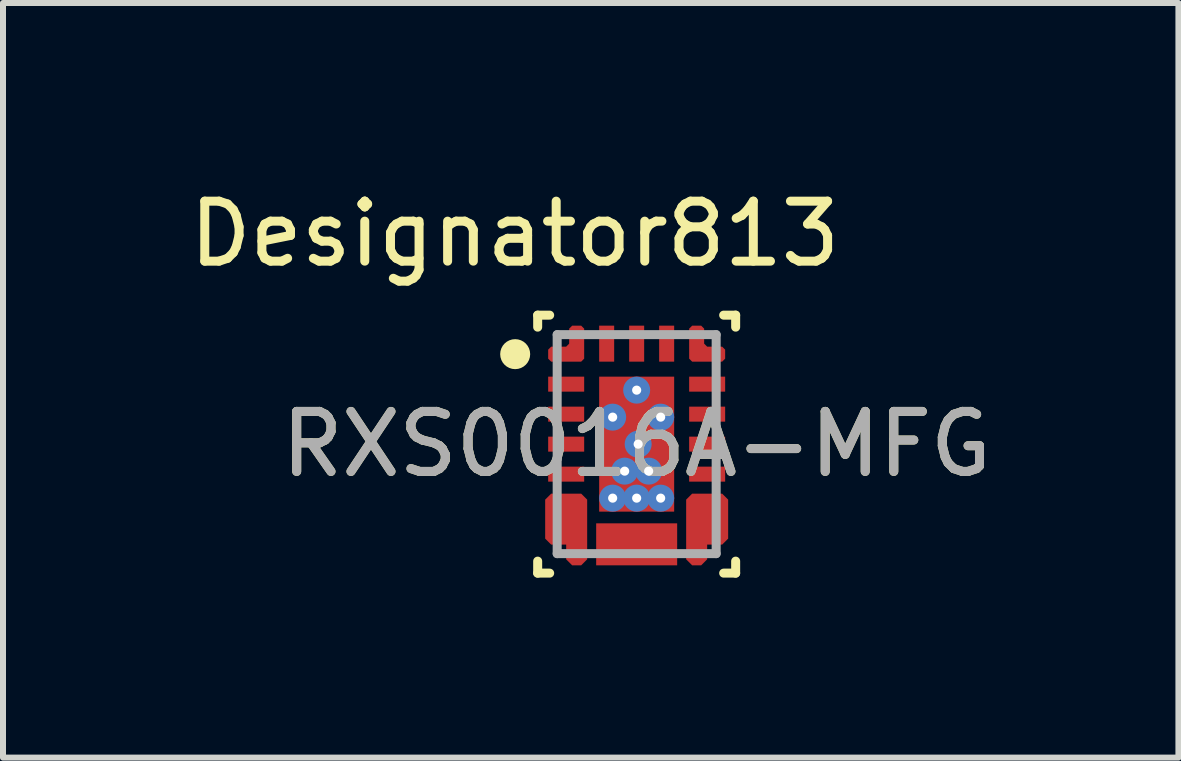
<source format=kicad_pcb>
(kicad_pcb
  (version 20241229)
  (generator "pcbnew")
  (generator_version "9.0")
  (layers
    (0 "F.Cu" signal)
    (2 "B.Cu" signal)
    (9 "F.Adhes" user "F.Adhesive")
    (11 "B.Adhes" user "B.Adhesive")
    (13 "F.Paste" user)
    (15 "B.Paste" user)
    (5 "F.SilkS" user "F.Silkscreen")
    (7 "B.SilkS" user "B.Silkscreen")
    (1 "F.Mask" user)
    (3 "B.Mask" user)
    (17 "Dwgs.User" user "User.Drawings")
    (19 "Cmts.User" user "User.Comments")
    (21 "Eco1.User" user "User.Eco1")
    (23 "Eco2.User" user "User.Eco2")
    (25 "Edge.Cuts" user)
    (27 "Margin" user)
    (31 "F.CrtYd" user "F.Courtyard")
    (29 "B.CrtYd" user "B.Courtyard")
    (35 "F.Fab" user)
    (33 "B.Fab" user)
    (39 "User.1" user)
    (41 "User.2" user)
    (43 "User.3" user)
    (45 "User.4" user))
  (footprint "RXS0016A-MFG"
    (layer "F.Cu")
    (at 7.562 4.353)
    (property "Reference" "RXS0016A-MFG" (at 0 0 0) (unlocked yes) (layer "F.SilkS") (effects (font (size 1 1) (thickness 0.15))))
    (attr smd)
    (fp_poly (pts (xy -1.175 1.92) (xy -1.075 2.02) (xy -0.925 2.02) (xy -0.825 1.92) (xy -0.825 0.925) (xy -0.925 0.825) (xy -1.425 0.825) (xy -1.525 0.925) (xy -1.525 1.575) (xy -1.425 1.675) (xy -1.175 1.675)) (stroke (width 0) (type solid)) (fill yes) (layer "F.Cu"))
    (fp_poly (pts (xy 1.175 1.92) (xy 1.075 2.02) (xy 0.925 2.02) (xy 0.825 1.92) (xy 0.825 0.925) (xy 0.925 0.825) (xy 1.425 0.825) (xy 1.525 0.925) (xy 1.525 1.575) (xy 1.425 1.675) (xy 1.175 1.675)) (stroke (width 0) (type solid)) (fill yes) (layer "F.Cu"))
    (fp_poly (pts (xy -1.125 -1.925) (xy -1.075 -1.975) (xy -0.925 -1.975) (xy -0.875 -1.925) (xy -0.875 -1.425) (xy -0.925 -1.375) (xy -1.425 -1.375) (xy -1.475 -1.425) (xy -1.475 -1.575) (xy -1.425 -1.625) (xy -1.175 -1.625) (xy -1.125 -1.675)) (stroke (width 0) (type solid)) (fill yes) (layer "F.Cu"))
    (fp_poly (pts (xy 1.125 -1.925) (xy 1.075 -1.975) (xy 0.925 -1.975) (xy 0.875 -1.925) (xy 0.875 -1.425) (xy 0.925 -1.375) (xy 1.425 -1.375) (xy 1.475 -1.425) (xy 1.475 -1.575) (xy 1.425 -1.625) (xy 1.175 -1.625) (xy 1.125 -1.675)) (stroke (width 0) (type solid)) (fill yes) (layer "F.Cu"))
    (fp_poly (pts (xy -1.525 -1.075) (xy -1.425 -1.175) (xy -0.925 -1.175) (xy -0.825 -1.075) (xy -0.825 -0.925) (xy -0.925 -0.825) (xy -1.425 -0.825) (xy -1.525 -0.925)) (stroke (width 0) (type solid)) (fill yes) (layer "F.Mask"))
    (fp_poly (pts (xy -1.525 -0.075) (xy -1.425 -0.175) (xy -0.925 -0.175) (xy -0.825 -0.075) (xy -0.825 0.075) (xy -0.925 0.175) (xy -1.425 0.175) (xy -1.525 0.075)) (stroke (width 0) (type solid)) (fill yes) (layer "F.Mask"))
    (fp_poly (pts (xy -1.425 -0.325) (xy -1.525 -0.425) (xy -1.525 -0.575) (xy -1.425 -0.675) (xy -0.925 -0.675) (xy -0.825 -0.575) (xy -0.825 -0.425) (xy -0.925 -0.325)) (stroke (width 0) (type solid)) (fill yes) (layer "F.Mask"))
    (fp_poly (pts (xy -0.825 0.425) (xy -0.825 0.575) (xy -0.925 0.675) (xy -1.425 0.675) (xy -1.525 0.575) (xy -1.525 0.425) (xy -1.425 0.325) (xy -0.925 0.325)) (stroke (width 0) (type solid)) (fill yes) (layer "F.Mask"))
    (fp_poly (pts (xy -0.675 -1.925) (xy -0.575 -2.025) (xy -0.425 -2.025) (xy -0.325 -1.925) (xy -0.325 -1.425) (xy -0.425 -1.325) (xy -0.575 -1.325) (xy -0.675 -1.425)) (stroke (width 0) (type solid)) (fill yes) (layer "F.Mask"))
    (fp_poly (pts (xy -0.575 -1.175) (xy 0.575 -1.175) (xy 0.675 -1.075) (xy 0.675 1.075) (xy 0.575 1.175) (xy -0.575 1.175) (xy -0.675 1.075) (xy -0.675 -1.075)) (stroke (width 0) (type solid)) (fill yes) (layer "F.Mask"))
    (fp_poly (pts (xy 0.175 -1.925) (xy 0.175 -1.425) (xy 0.075 -1.325) (xy -0.075 -1.325) (xy -0.175 -1.425) (xy -0.175 -1.925) (xy -0.075 -2.025) (xy 0.075 -2.025)) (stroke (width 0) (type solid)) (fill yes) (layer "F.Mask"))
    (fp_poly (pts (xy 0.675 -1.425) (xy 0.575 -1.325) (xy 0.425 -1.325) (xy 0.325 -1.425) (xy 0.325 -1.925) (xy 0.425 -2.025) (xy 0.575 -2.025) (xy 0.675 -1.925)) (stroke (width 0) (type solid)) (fill yes) (layer "F.Mask"))
    (fp_poly (pts (xy 0.925 -0.325) (xy 0.825 -0.425) (xy 0.825 -0.575) (xy 0.925 -0.675) (xy 1.425 -0.675) (xy 1.525 -0.575) (xy 1.525 -0.425) (xy 1.425 -0.325)) (stroke (width 0) (type solid)) (fill yes) (layer "F.Mask"))
    (fp_poly (pts (xy 0.925 -0.175) (xy 1.425 -0.175) (xy 1.525 -0.075) (xy 1.525 0.075) (xy 1.425 0.175) (xy 0.925 0.175) (xy 0.825 0.075) (xy 0.825 -0.075)) (stroke (width 0) (type solid)) (fill yes) (layer "F.Mask"))
    (fp_poly (pts (xy 0.925 0.675) (xy 0.825 0.575) (xy 0.825 0.425) (xy 0.925 0.325) (xy 1.425 0.325) (xy 1.525 0.425) (xy 1.525 0.575) (xy 1.425 0.675)) (stroke (width 0) (type solid)) (fill yes) (layer "F.Mask"))
    (fp_poly (pts (xy 1.525 -0.925) (xy 1.425 -0.825) (xy 0.925 -0.825) (xy 0.825 -0.925) (xy 0.825 -1.075) (xy 0.925 -1.175) (xy 1.425 -1.175) (xy 1.525 -1.075)) (stroke (width 0) (type solid)) (fill yes) (layer "F.Mask"))
    (fp_poly (pts (xy -1.175 -1.925) (xy -1.075 -2.025) (xy -0.925 -2.025) (xy -0.825 -1.925) (xy -0.825 -1.425) (xy -0.925 -1.325) (xy -1.425 -1.325) (xy -1.525 -1.425) (xy -1.525 -1.575) (xy -1.425 -1.675) (xy -1.175 -1.675)) (stroke (width 0) (type solid)) (fill yes) (layer "F.Mask"))
    (fp_poly (pts (xy 1.175 -1.925) (xy 1.075 -2.025) (xy 0.925 -2.025) (xy 0.825 -1.925) (xy 0.825 -1.425) (xy 0.925 -1.325) (xy 1.425 -1.325) (xy 1.525 -1.425) (xy 1.525 -1.575) (xy 1.425 -1.675) (xy 1.175 -1.675)) (stroke (width 0) (type solid)) (fill yes) (layer "F.Mask"))
    (fp_poly (pts (xy -1.125 1.92) (xy -1.075 1.97) (xy -0.925 1.97) (xy -0.875 1.92) (xy -0.875 0.925) (xy -0.925 0.875) (xy -1.425 0.875) (xy -1.475 0.925) (xy -1.475 1.075) (xy -1.425 1.125) (xy -1.175 1.125) (xy -1.125 1.175) (xy -1.125 1.325) (xy -1.175 1.375) (xy -1.425 1.375) (xy -1.475 1.425) (xy -1.475 1.575) (xy -1.425 1.625) (xy -1.175 1.625) (xy -1.125 1.675)) (stroke (width 0) (type solid)) (fill yes) (layer "F.Mask"))
    (fp_poly (pts (xy 1.125 1.92) (xy 1.075 1.97) (xy 0.925 1.97) (xy 0.875 1.92) (xy 0.875 0.925) (xy 0.925 0.875) (xy 1.425 0.875) (xy 1.475 0.925) (xy 1.475 1.075) (xy 1.425 1.125) (xy 1.175 1.125) (xy 1.125 1.175) (xy 1.125 1.325) (xy 1.175 1.375) (xy 1.425 1.375) (xy 1.475 1.425) (xy 1.475 1.575) (xy 1.425 1.625) (xy 1.175 1.625) (xy 1.125 1.675)) (stroke (width 0) (type solid)) (fill yes) (layer "F.Mask"))
    (fp_poly (pts (xy -0.625 1.92) (xy -0.575 1.97) (xy -0.425 1.97) (xy -0.375 1.92) (xy -0.375 1.67) (xy -0.325 1.62) (xy -0.175 1.62) (xy -0.125 1.67) (xy -0.125 1.92) (xy -0.075 1.97) (xy 0.075 1.97) (xy 0.125 1.92) (xy 0.125 1.67) (xy 0.175 1.62) (xy 0.325 1.62) (xy 0.375 1.67) (xy 0.375 1.92) (xy 0.425 1.97) (xy 0.575 1.97) (xy 0.625 1.92) (xy 0.625 1.42) (xy 0.575 1.37) (xy -0.575 1.37) (xy -0.625 1.42)) (stroke (width 0) (type solid)) (fill yes) (layer "F.Mask"))
    (fp_line (start -1.65 2.15) (end -1.65 1.95) (stroke (width 0.15) (type solid)) (layer "F.SilkS"))
    (fp_line (start -1.65 2.15) (end -1.45 2.15) (stroke (width 0.15) (type solid)) (layer "F.SilkS"))
    (fp_line (start -1.65 -2.15) (end -1.45 -2.15) (stroke (width 0.15) (type solid)) (layer "F.SilkS"))
    (fp_line (start -1.65 -1.95) (end -1.65 -2.15) (stroke (width 0.15) (type solid)) (layer "F.SilkS"))
    (fp_line (start 1.45 2.15) (end 1.65 2.15) (stroke (width 0.15) (type solid)) (layer "F.SilkS"))
    (fp_line (start 1.45 -2.15) (end 1.65 -2.15) (stroke (width 0.15) (type solid)) (layer "F.SilkS"))
    (fp_line (start 1.65 2.15) (end 1.65 1.95) (stroke (width 0.15) (type solid)) (layer "F.SilkS"))
    (fp_line (start 1.65 -1.95) (end 1.65 -2.15) (stroke (width 0.15) (type solid)) (layer "F.SilkS"))
    (fp_circle (center -2.025 -1.5) (end -1.9 -1.5) (stroke (width 0.25) (type solid)) (fill no) (layer "F.SilkS"))
    (fp_poly (pts (xy -0.585 -1.05) (xy -0.535 -1.1) (xy 0.535 -1.1) (xy 0.585 -1.05) (xy 0.585 -0.15) (xy 0.535 -0.1) (xy -0.535 -0.1) (xy -0.585 -0.15)) (stroke (width 0) (type solid)) (fill yes) (layer "F.Paste"))
    (fp_poly (pts (xy 0.585 0.15) (xy 0.585 1.05) (xy 0.535 1.1) (xy -0.535 1.1) (xy -0.585 1.05) (xy -0.585 0.15) (xy -0.535 0.1) (xy 0.535 0.1)) (stroke (width 0) (type solid)) (fill yes) (layer "F.Paste"))
    (fp_poly (pts (xy -1.125 -1.925) (xy -1.075 -1.975) (xy -0.925 -1.975) (xy -0.875 -1.925) (xy -0.875 -1.425) (xy -0.925 -1.375) (xy -1.425 -1.375) (xy -1.475 -1.425) (xy -1.475 -1.575) (xy -1.425 -1.625) (xy -1.175 -1.625) (xy -1.125 -1.675)) (stroke (width 0) (type solid)) (fill yes) (layer "F.Paste"))
    (fp_poly (pts (xy 1.125 -1.925) (xy 1.125 -1.675) (xy 1.175 -1.625) (xy 1.425 -1.625) (xy 1.475 -1.575) (xy 1.475 -1.425) (xy 1.425 -1.375) (xy 0.925 -1.375) (xy 0.875 -1.425) (xy 0.875 -1.925) (xy 0.925 -1.975) (xy 1.075 -1.975)) (stroke (width 0) (type solid)) (fill yes) (layer "F.Paste"))
    (fp_poly (pts (xy -1.125 1.92) (xy -1.075 1.97) (xy -0.925 1.97) (xy -0.875 1.92) (xy -0.875 0.925) (xy -0.925 0.875) (xy -1.425 0.875) (xy -1.475 0.925) (xy -1.475 1.075) (xy -1.425 1.125) (xy -1.175 1.125) (xy -1.125 1.175) (xy -1.125 1.325) (xy -1.175 1.375) (xy -1.425 1.375) (xy -1.475 1.425) (xy -1.475 1.575) (xy -1.425 1.625) (xy -1.175 1.625) (xy -1.125 1.675)) (stroke (width 0) (type solid)) (fill yes) (layer "F.Paste"))
    (fp_poly (pts (xy 1.125 1.92) (xy 1.075 1.97) (xy 0.925 1.97) (xy 0.875 1.92) (xy 0.875 0.925) (xy 0.925 0.875) (xy 1.425 0.875) (xy 1.475 0.925) (xy 1.475 1.075) (xy 1.425 1.125) (xy 1.175 1.125) (xy 1.125 1.175) (xy 1.125 1.325) (xy 1.175 1.375) (xy 1.425 1.375) (xy 1.475 1.425) (xy 1.475 1.575) (xy 1.425 1.625) (xy 1.175 1.625) (xy 1.125 1.675)) (stroke (width 0) (type solid)) (fill yes) (layer "F.Paste"))
    (fp_poly (pts (xy -0.625 1.92) (xy -0.575 1.97) (xy -0.425 1.97) (xy -0.375 1.92) (xy -0.375 1.67) (xy -0.325 1.62) (xy -0.175 1.62) (xy -0.125 1.67) (xy -0.125 1.92) (xy -0.075 1.97) (xy 0.075 1.97) (xy 0.125 1.92) (xy 0.125 1.67) (xy 0.175 1.62) (xy 0.325 1.62) (xy 0.375 1.67) (xy 0.375 1.92) (xy 0.425 1.97) (xy 0.575 1.97) (xy 0.625 1.92) (xy 0.625 1.42) (xy 0.575 1.37) (xy -0.575 1.37) (xy -0.625 1.42)) (stroke (width 0) (type solid)) (fill yes) (layer "F.Paste"))
    (fp_line (start -1.325 -1.825) (end 1.325 -1.825) (stroke (width 0.15) (type solid)) (layer "F.Fab"))
    (fp_line (start -1.325 1.825) (end -1.325 -1.825) (stroke (width 0.15) (type solid)) (layer "F.Fab"))
    (fp_line (start -1.325 1.825) (end 1.325 1.825) (stroke (width 0.15) (type solid)) (layer "F.Fab"))
    (fp_line (start 1.325 1.825) (end 1.325 -1.825) (stroke (width 0.15) (type solid)) (layer "F.Fab"))
    (fp_text user "Designator813" (at -2.032 -3.505 0) (unlocked yes) (layer "F.SilkS") (effects (font (size 1 1) (thickness 0.15))))
    (fp_text user "${REFERENCE}" (at 0 0 0) (unlocked yes) (layer "F.Fab") (effects (font (size 1 1) (thickness 0.15))))
    (pad "1" smd circle (at -1.025 -1.525) (size 0.27 0.27) (layers "F.Cu" "F.Paste"))
    (pad "2" smd rect (at -1.175 -1) (size 0.6 0.25) (layers "F.Cu" "F.Paste"))
    (pad "3" smd rect (at -1.175 -0.5) (size 0.6 0.25) (layers "F.Cu" "F.Paste"))
    (pad "4" smd rect (at -1.175 0) (size 0.6 0.25) (layers "F.Cu" "F.Paste"))
    (pad "5" smd rect (at -1.175 0.5) (size 0.6 0.25) (layers "F.Cu" "F.Paste"))
    (pad "6" smd circle (at -1.145 1.349) (size 0.576 0.576) (layers "F.Cu"))
    (pad "7" smd rect (at 0 1.67) (size 1.35 0.7) (layers "F.Cu"))
    (pad "8" smd circle (at 1.145 1.349) (size 0.576 0.576) (layers "F.Cu"))
    (pad "9" smd rect (at 1.175 0.5) (size 0.6 0.25) (layers "F.Cu" "F.Paste"))
    (pad "10" smd rect (at 1.175 0) (size 0.6 0.25) (layers "F.Cu" "F.Paste"))
    (pad "11" smd rect (at 1.175 -0.5) (size 0.6 0.25) (layers "F.Cu" "F.Paste"))
    (pad "12" smd rect (at 1.175 -1) (size 0.6 0.25) (layers "F.Cu" "F.Paste"))
    (pad "13" smd circle (at 1.025 -1.525) (size 0.27 0.27) (layers "F.Cu" "F.Paste"))
    (pad "14" smd rect (at 0.5 -1.675) (size 0.25 0.6) (layers "F.Cu" "F.Paste"))
    (pad "15" smd rect (at 0 -1.675) (size 0.25 0.6) (layers "F.Cu" "F.Paste"))
    (pad "16" smd rect (at -0.5 -1.675) (size 0.25 0.6) (layers "F.Cu" "F.Paste"))
    (pad "17" smd rect (at 0 0) (size 1.25 2.25) (layers "F.Cu"))
    (pad "18" thru_hole circle (at 0.4 0.9) (size 0.45 0.45) (drill 0.152) (layers "*.Cu" "*.Mask"))
    (pad "19" thru_hole circle (at 0 0.9) (size 0.45 0.45) (drill 0.152) (layers "*.Cu" "*.Mask"))
    (pad "20" thru_hole circle (at -0.4 0.9) (size 0.45 0.45) (drill 0.152) (layers "*.Cu" "*.Mask"))
    (pad "21" thru_hole circle (at 0.2 0.45) (size 0.45 0.45) (drill 0.152) (layers "*.Cu" "*.Mask"))
    (pad "22" thru_hole circle (at -0.2 0.45) (size 0.45 0.45) (drill 0.152) (layers "*.Cu" "*.Mask"))
    (pad "23" thru_hole circle (at 0.4 -0.45) (size 0.45 0.45) (drill 0.152) (layers "*.Cu" "*.Mask"))
    (pad "24" thru_hole circle (at -0.4 -0.45) (size 0.45 0.45) (drill 0.152) (layers "*.Cu" "*.Mask"))
    (pad "25" thru_hole circle (at 0 -0.9) (size 0.45 0.45) (drill 0.152) (layers "*.Cu" "*.Mask"))
    (pad "26" thru_hole circle (at 0.025 0) (size 0.45 0.45) (drill 0.152) (layers "*.Cu" "*.Mask")))
  (gr_rect
    (start -3 -3)
    (end 16.592 9.578)
    (stroke (width 0.1) (type default))
    (fill no)
    (layer "Edge.Cuts")))
</source>
